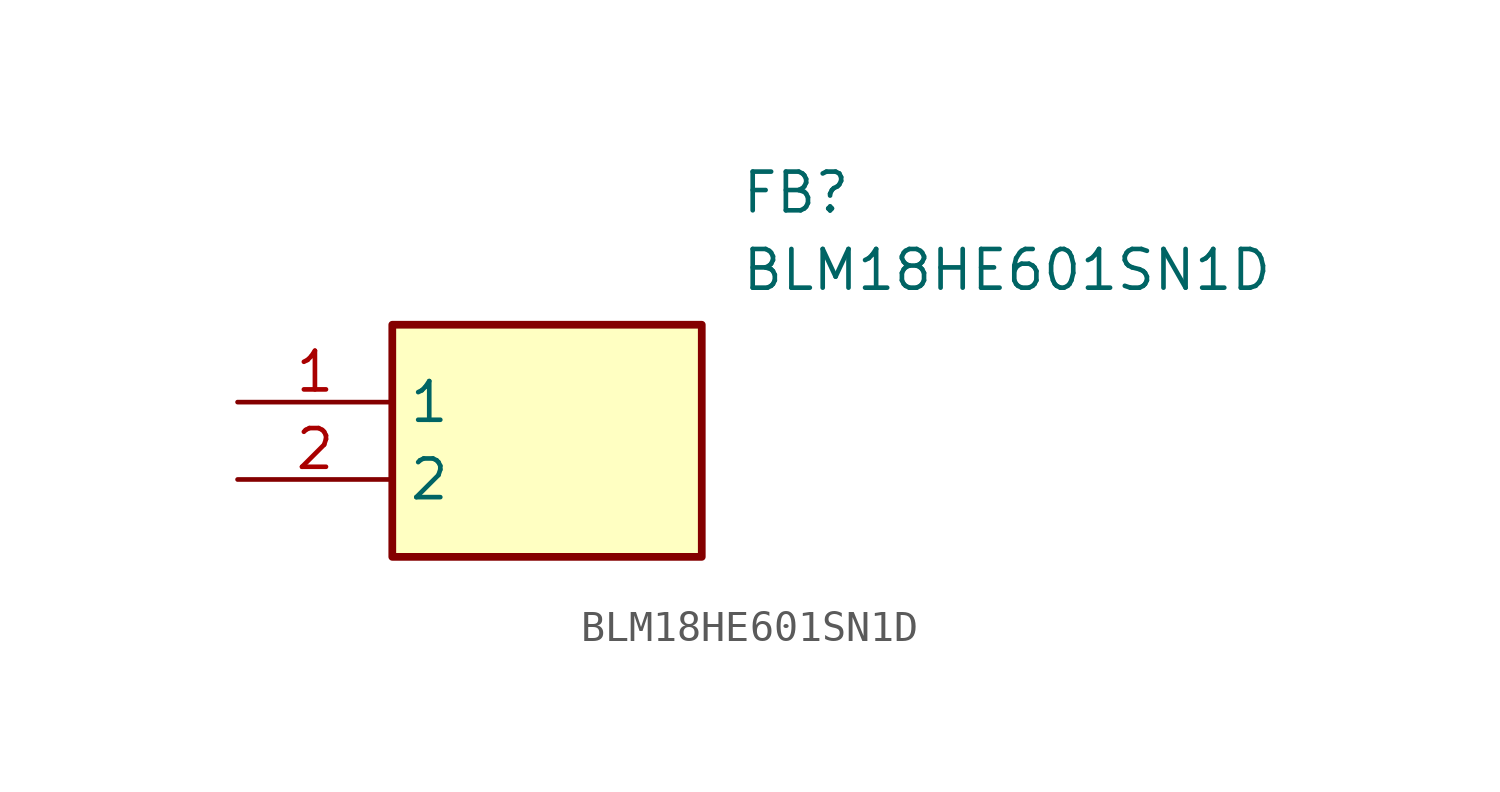
<source format=kicad_sym>
(kicad_symbol_lib
  (version 20211014)
  (generator SamacSys_ECAD_Model)
  (symbol "BLM18HE601SN1D"
    (property "Reference" "FB"
      (at 16.51 7.62 0)
      (effects (font (size 1.27 1.27)) (justify left top)))
    (property "Value" "BLM18HE601SN1D"
      (at 16.51 5.08 0)
      (effects (font (size 1.27 1.27)) (justify left top)))
    (rectangle
      (start 5.08 2.54)
      (end 15.24 -5.08)
      (stroke (width 0.254) (type default))
      (fill (type background)))
    (pin passive line
      (at 0 0 0)
      (length 5.08)
      (name "1" (effects (font (size 1.27 1.27))))
      (number "1" (effects (font (size 1.27 1.27)))))
    (pin passive line
      (at 0 -2.54 0)
      (length 5.08)
      (name "2" (effects (font (size 1.27 1.27))))
      (number "2" (effects (font (size 1.27 1.27)))))))
</source>
